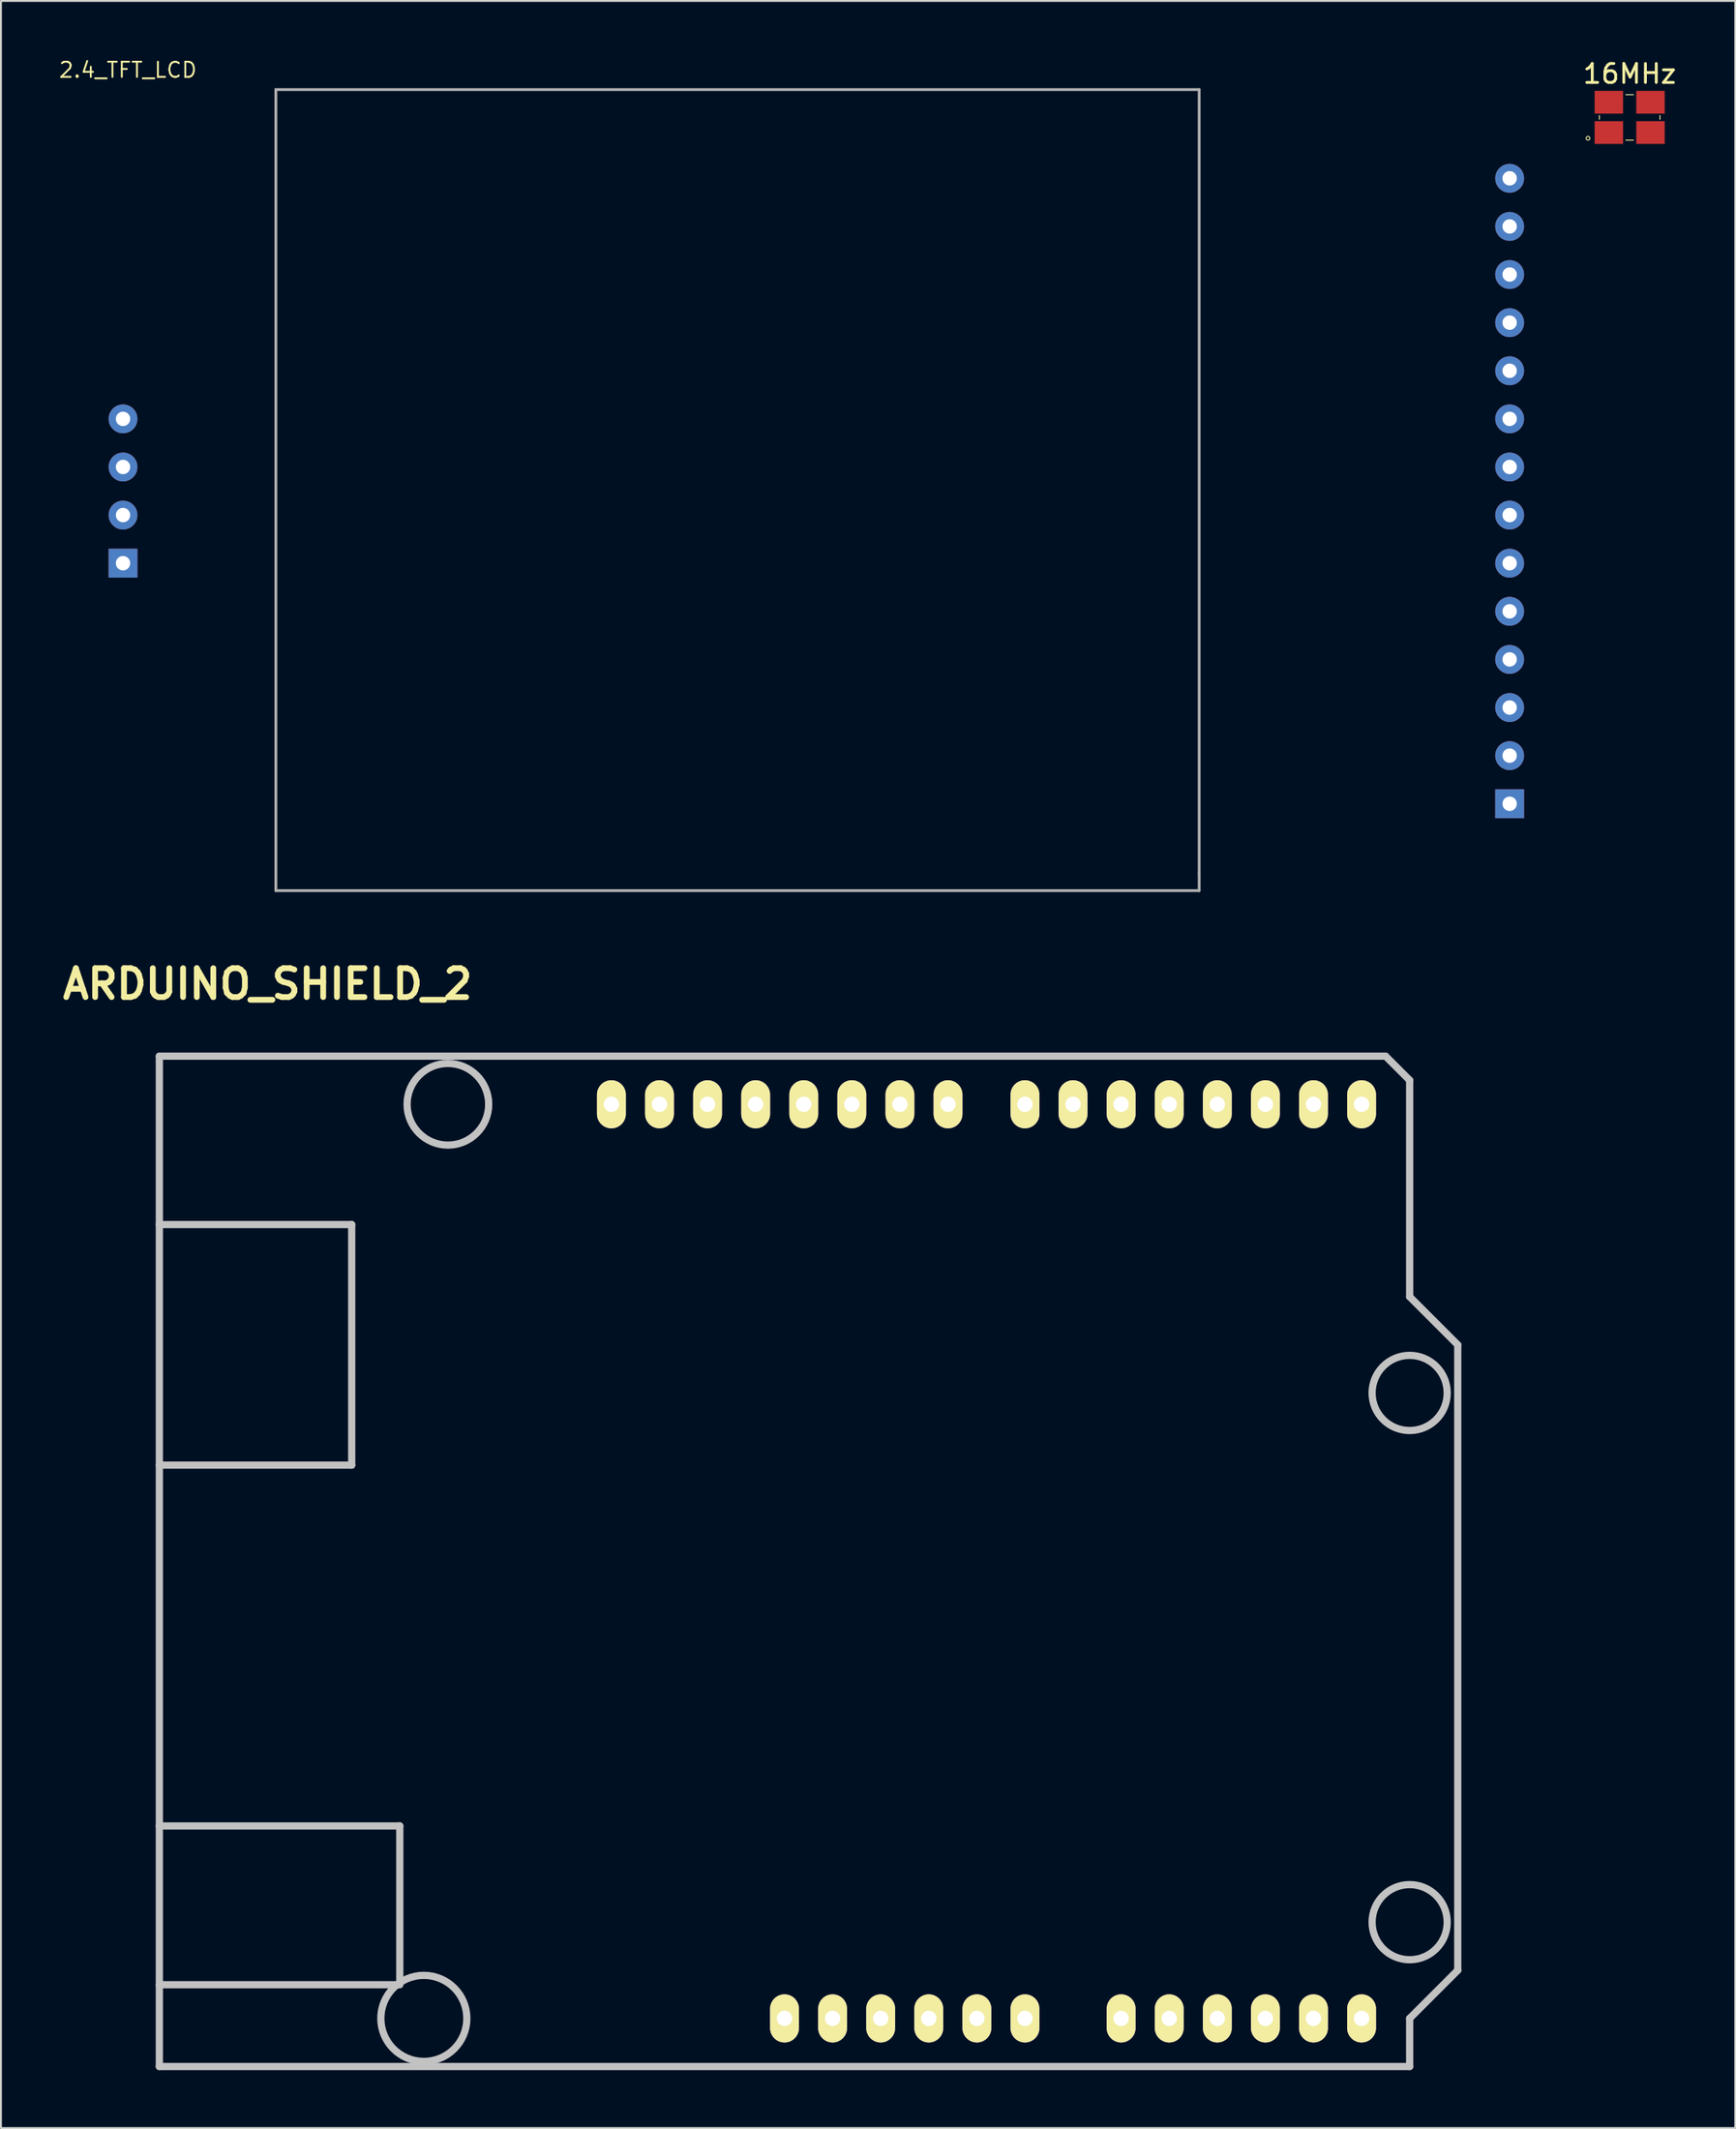
<source format=kicad_pcb>
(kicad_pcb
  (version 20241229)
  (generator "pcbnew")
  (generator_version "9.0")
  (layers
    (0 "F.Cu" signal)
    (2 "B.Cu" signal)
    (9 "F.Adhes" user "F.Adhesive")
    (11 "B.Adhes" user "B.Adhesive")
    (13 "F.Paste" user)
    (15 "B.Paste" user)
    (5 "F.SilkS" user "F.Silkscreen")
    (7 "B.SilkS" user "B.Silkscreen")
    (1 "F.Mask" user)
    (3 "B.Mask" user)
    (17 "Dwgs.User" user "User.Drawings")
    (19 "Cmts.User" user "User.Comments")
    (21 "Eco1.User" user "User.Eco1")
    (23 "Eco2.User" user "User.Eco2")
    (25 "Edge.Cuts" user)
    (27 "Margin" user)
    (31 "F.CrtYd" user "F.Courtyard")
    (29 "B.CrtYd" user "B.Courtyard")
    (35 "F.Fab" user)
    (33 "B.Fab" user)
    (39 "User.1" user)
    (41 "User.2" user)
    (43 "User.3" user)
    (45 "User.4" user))
  (footprint "16MHz"
    (layer "F.Cu")
    (at 83.027 3.148)
    (property "Reference" "16MHz" (at 0 -2.3 0) (layer "F.SilkS") (effects (font (size 1 1) (thickness 0.15))))
    (attr through_hole)
    (fp_line (start -1.6 -0.1) (end -1.6 0.1) (stroke (width 0.05) (type solid)) (layer "F.SilkS"))
    (fp_line (start -0.2 -1.2) (end 0.2 -1.2) (stroke (width 0.05) (type solid)) (layer "F.SilkS"))
    (fp_line (start -0.2 1.2) (end 0.2 1.2) (stroke (width 0.05) (type solid)) (layer "F.SilkS"))
    (fp_line (start 1.6 -0.1) (end 1.6 0.1) (stroke (width 0.05) (type solid)) (layer "F.SilkS"))
    (fp_circle (center -2.2 1.1) (end -2.2 1.2) (stroke (width 0.05) (type solid)) (fill no) (layer "F.SilkS"))
    (pad "1" smd rect (at -1.1 0.8) (size 1.5 1.2) (layers "F.Cu" "F.Mask" "F.Paste"))
    (pad "2" smd rect (at 1.1 0.8) (size 1.5 1.2) (layers "F.Cu" "F.Mask" "F.Paste"))
    (pad "3" smd rect (at 1.1 -0.8) (size 1.5 1.2) (layers "F.Cu" "F.Mask" "F.Paste"))
    (pad "4" smd rect (at -1.1 -0.8) (size 1.5 1.2) (layers "F.Cu" "F.Mask" "F.Paste")))
  (footprint "ARDUINO_SHIELD_2"
    (layer "F.Cu")
    (at 5.367 106.05)
    (property "Reference" "ARDUINO_SHIELD_2" (at 5.715 -57.15 0) (layer "F.SilkS") (effects (font (size 1.524 1.524) (thickness 0.305))))
    (attr through_hole)
    (fp_line (start 0 -44.45) (end 10.16 -44.45) (stroke (width 0.381) (type solid)) (layer "Dwgs.User"))
    (fp_line (start 0 -12.7) (end 12.7 -12.7) (stroke (width 0.381) (type solid)) (layer "Dwgs.User"))
    (fp_line (start 0 0) (end 0 -53.34) (stroke (width 0.381) (type solid)) (layer "Dwgs.User"))
    (fp_line (start 10.16 -44.45) (end 10.16 -31.75) (stroke (width 0.381) (type solid)) (layer "Dwgs.User"))
    (fp_line (start 10.16 -31.75) (end 0 -31.75) (stroke (width 0.381) (type solid)) (layer "Dwgs.User"))
    (fp_line (start 12.7 -12.7) (end 12.7 -4.572) (stroke (width 0.381) (type solid)) (layer "Dwgs.User"))
    (fp_line (start 12.7 -4.318) (end 0 -4.318) (stroke (width 0.381) (type solid)) (layer "Dwgs.User"))
    (fp_line (start 64.77 -53.34) (end 0 -53.34) (stroke (width 0.381) (type solid)) (layer "Dwgs.User"))
    (fp_line (start 66.04 -52.07) (end 64.77 -53.34) (stroke (width 0.381) (type solid)) (layer "Dwgs.User"))
    (fp_line (start 66.04 -40.64) (end 66.04 -52.07) (stroke (width 0.381) (type solid)) (layer "Dwgs.User"))
    (fp_line (start 66.04 -40.64) (end 68.58 -38.1) (stroke (width 0.381) (type solid)) (layer "Dwgs.User"))
    (fp_line (start 66.04 -2.54) (end 66.04 0) (stroke (width 0.381) (type solid)) (layer "Dwgs.User"))
    (fp_line (start 66.04 0) (end 0 0) (stroke (width 0.381) (type solid)) (layer "Dwgs.User"))
    (fp_line (start 68.58 -38.1) (end 68.58 -5.08) (stroke (width 0.381) (type solid)) (layer "Dwgs.User"))
    (fp_line (start 68.58 -5.08) (end 66.04 -2.54) (stroke (width 0.381) (type solid)) (layer "Dwgs.User"))
    (fp_circle (center 13.97 -2.54) (end 16.002 -1.524) (stroke (width 0.381) (type solid)) (fill no) (layer "Dwgs.User"))
    (fp_circle (center 15.24 -50.8) (end 16.764 -49.276) (stroke (width 0.381) (type solid)) (fill no) (layer "Dwgs.User"))
    (fp_circle (center 66.04 -35.56) (end 67.31 -34.036) (stroke (width 0.381) (type solid)) (fill no) (layer "Dwgs.User"))
    (fp_circle (center 66.04 -7.62) (end 67.31 -6.096) (stroke (width 0.381) (type solid)) (fill no) (layer "Dwgs.User"))
    (pad "0" thru_hole oval (at 63.5 -50.8 90) (size 2.54 1.524) (drill 0.813) (layers "*.Cu" "*.Mask" "F.SilkS"))
    (pad "1" thru_hole oval (at 60.96 -50.8 90) (size 2.54 1.524) (drill 0.813) (layers "*.Cu" "*.Mask" "F.SilkS"))
    (pad "2" thru_hole oval (at 58.42 -50.8 90) (size 2.54 1.524) (drill 0.813) (layers "*.Cu" "*.Mask" "F.SilkS"))
    (pad "3" thru_hole oval (at 55.88 -50.8 90) (size 2.54 1.524) (drill 0.813) (layers "*.Cu" "*.Mask" "F.SilkS"))
    (pad "3V3" thru_hole oval (at 35.56 -2.54 90) (size 2.54 1.524) (drill 0.813) (layers "*.Cu" "*.Mask" "F.SilkS"))
    (pad "4" thru_hole oval (at 53.34 -50.8 90) (size 2.54 1.524) (drill 0.813) (layers "*.Cu" "*.Mask" "F.SilkS"))
    (pad "5" thru_hole oval (at 50.8 -50.8 90) (size 2.54 1.524) (drill 0.813) (layers "*.Cu" "*.Mask" "F.SilkS"))
    (pad "5V" thru_hole oval (at 38.1 -2.54 90) (size 2.54 1.524) (drill 0.813) (layers "*.Cu" "*.Mask" "F.SilkS"))
    (pad "6" thru_hole oval (at 48.26 -50.8 90) (size 2.54 1.524) (drill 0.813) (layers "*.Cu" "*.Mask" "F.SilkS"))
    (pad "7" thru_hole oval (at 45.72 -50.8 90) (size 2.54 1.524) (drill 0.813) (layers "*.Cu" "*.Mask" "F.SilkS"))
    (pad "8" thru_hole oval (at 41.656 -50.8 90) (size 2.54 1.524) (drill 0.813) (layers "*.Cu" "*.Mask" "F.SilkS"))
    (pad "9" thru_hole oval (at 39.116 -50.8 90) (size 2.54 1.524) (drill 0.813) (layers "*.Cu" "*.Mask" "F.SilkS"))
    (pad "10" thru_hole oval (at 36.576 -50.8 90) (size 2.54 1.524) (drill 0.813) (layers "*.Cu" "*.Mask" "F.SilkS"))
    (pad "11" thru_hole oval (at 34.036 -50.8 90) (size 2.54 1.524) (drill 0.813) (layers "*.Cu" "*.Mask" "F.SilkS"))
    (pad "12" thru_hole oval (at 31.496 -50.8 90) (size 2.54 1.524) (drill 0.813) (layers "*.Cu" "*.Mask" "F.SilkS"))
    (pad "13" thru_hole oval (at 28.956 -50.8 90) (size 2.54 1.524) (drill 0.813) (layers "*.Cu" "*.Mask" "F.SilkS"))
    (pad "AD0" thru_hole oval (at 50.8 -2.54 90) (size 2.54 1.524) (drill 0.813) (layers "*.Cu" "*.Mask" "F.SilkS"))
    (pad "AD1" thru_hole oval (at 53.34 -2.54 90) (size 2.54 1.524) (drill 0.813) (layers "*.Cu" "*.Mask" "F.SilkS"))
    (pad "AD2" thru_hole oval (at 55.88 -2.54 90) (size 2.54 1.524) (drill 0.813) (layers "*.Cu" "*.Mask" "F.SilkS"))
    (pad "AD3" thru_hole oval (at 58.42 -2.54 90) (size 2.54 1.524) (drill 0.813) (layers "*.Cu" "*.Mask" "F.SilkS"))
    (pad "AD4" thru_hole oval (at 60.96 -2.54 90) (size 2.54 1.524) (drill 0.813) (layers "*.Cu" "*.Mask" "F.SilkS"))
    (pad "AD5" thru_hole oval (at 63.5 -2.54 90) (size 2.54 1.524) (drill 0.813) (layers "*.Cu" "*.Mask" "F.SilkS"))
    (pad "AREF" thru_hole oval (at 23.876 -50.8 90) (size 2.54 1.524) (drill 0.813) (layers "*.Cu" "*.Mask" "F.SilkS"))
    (pad "GND1" thru_hole oval (at 40.64 -2.54 90) (size 2.54 1.524) (drill 0.813) (layers "*.Cu" "*.Mask" "F.SilkS"))
    (pad "GND2" thru_hole oval (at 43.18 -2.54 90) (size 2.54 1.524) (drill 0.813) (layers "*.Cu" "*.Mask" "F.SilkS"))
    (pad "GND3" thru_hole oval (at 26.416 -50.8 90) (size 2.54 1.524) (drill 0.813) (layers "*.Cu" "*.Mask" "F.SilkS"))
    (pad "RST" thru_hole oval (at 33.02 -2.54 90) (size 2.54 1.524) (drill 0.813) (layers "*.Cu" "*.Mask" "F.SilkS"))
    (pad "V_IN" thru_hole oval (at 45.72 -2.54 90) (size 2.54 1.524) (drill 0.813) (layers "*.Cu" "*.Mask" "F.SilkS")))
  (footprint "2.4_TFT_LCD"
    (layer "F.Cu")
    (at 1.488 44.224)
    (property "Reference" "2.4_TFT_LCD" (at 2.22 -43.58 0) (layer "F.SilkS") (effects (font (size 0.8 0.8) (thickness 0.1))))
    (attr through_hole)
    (fp_line (start 10.033 -42.545) (end 58.801 -42.545) (stroke (width 0.15) (type solid)) (layer "F.Fab"))
    (fp_line (start 10.033 -0.254) (end 10.033 -42.545) (stroke (width 0.15) (type solid)) (layer "F.Fab"))
    (fp_line (start 58.801 -1.143) (end 58.801 -42.545) (stroke (width 0.15) (type solid)) (layer "F.Fab"))
    (fp_line (start 58.801 -1.143) (end 58.801 -0.254) (stroke (width 0.15) (type solid)) (layer "F.Fab"))
    (fp_line (start 58.801 -0.254) (end 10.033 -0.254) (stroke (width 0.15) (type solid)) (layer "F.Fab"))
    (pad "1" thru_hole rect (at 75.2 -4.84) (size 1.524 1.524) (drill 0.762) (layers "*.Cu" "*.Mask"))
    (pad "2" thru_hole circle (at 75.2 -7.38) (size 1.524 1.524) (drill 0.762) (layers "*.Cu" "*.Mask"))
    (pad "3" thru_hole circle (at 75.2 -9.92) (size 1.524 1.524) (drill 0.762) (layers "*.Cu" "*.Mask"))
    (pad "4" thru_hole circle (at 75.2 -12.46) (size 1.524 1.524) (drill 0.762) (layers "*.Cu" "*.Mask"))
    (pad "5" thru_hole circle (at 75.2 -15) (size 1.524 1.524) (drill 0.762) (layers "*.Cu" "*.Mask"))
    (pad "6" thru_hole circle (at 75.2 -17.54) (size 1.524 1.524) (drill 0.762) (layers "*.Cu" "*.Mask"))
    (pad "7" thru_hole circle (at 75.2 -20.08) (size 1.524 1.524) (drill 0.762) (layers "*.Cu" "*.Mask"))
    (pad "8" thru_hole circle (at 75.2 -22.62) (size 1.524 1.524) (drill 0.762) (layers "*.Cu" "*.Mask"))
    (pad "9" thru_hole circle (at 75.2 -25.16) (size 1.524 1.524) (drill 0.762) (layers "*.Cu" "*.Mask"))
    (pad "10" thru_hole circle (at 75.2 -27.7) (size 1.524 1.524) (drill 0.762) (layers "*.Cu" "*.Mask"))
    (pad "11" thru_hole circle (at 75.2 -30.24) (size 1.524 1.524) (drill 0.762) (layers "*.Cu" "*.Mask"))
    (pad "12" thru_hole circle (at 75.2 -32.78) (size 1.524 1.524) (drill 0.762) (layers "*.Cu" "*.Mask"))
    (pad "13" thru_hole circle (at 75.2 -35.32) (size 1.524 1.524) (drill 0.762) (layers "*.Cu" "*.Mask"))
    (pad "14" thru_hole circle (at 75.2 -37.86) (size 1.524 1.524) (drill 0.762) (layers "*.Cu" "*.Mask"))
    (pad "15" thru_hole rect (at 1.96 -17.54) (size 1.524 1.524) (drill 0.762) (layers "*.Cu" "*.Mask"))
    (pad "16" thru_hole circle (at 1.96 -20.08) (size 1.524 1.524) (drill 0.762) (layers "*.Cu" "*.Mask"))
    (pad "17" thru_hole circle (at 1.96 -22.62) (size 1.524 1.524) (drill 0.762) (layers "*.Cu" "*.Mask"))
    (pad "18" thru_hole circle (at 1.96 -25.16) (size 1.524 1.524) (drill 0.762) (layers "*.Cu" "*.Mask")))
  (gr_rect
    (start -3 -3)
    (end 88.605 109.3)
    (stroke (width 0.1) (type default))
    (fill no)
    (layer "Edge.Cuts")))
</source>
